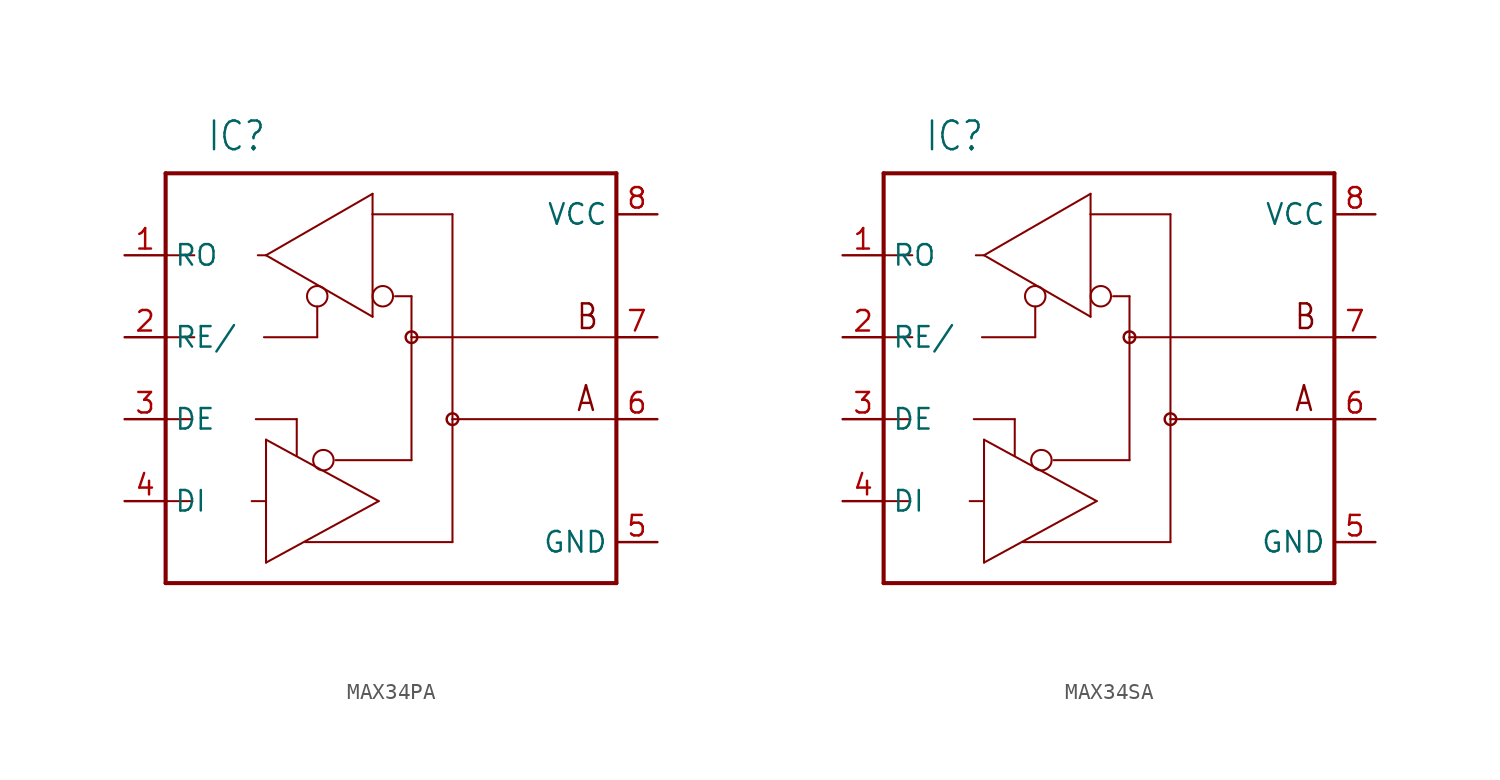
<source format=kicad_sym>
(kicad_symbol_lib
  (version 20220914)
  (generator kicad_symbol_editor)
  (symbol "MAX34PA"
    (property "Reference" "IC"
      (at -7.62 16.51 0)
      (effects (font (size 1.778 1.511)) (justify left bottom)))
    (property "Value" ""
      (at -7.62 -12.7 0)
      (effects (font (size 1.778 1.511)) (justify left bottom)))
    (property "ki_locked" ""
      (at 0 0 0)
      (effects (font (size 1.27 1.27))))
    (symbol "MAX34PA_1_0"
      (circle (center -0.762 7.62) (radius 0.635) (stroke (width 0.127) (type solid)) (fill (type none)))
      (circle (center -0.381 -2.54) (radius 0.635) (stroke (width 0.127) (type solid)) (fill (type none)))
      (polyline (pts (xy -10.16 -5.08) (xy -10.16 -10.16)) (stroke (width 0.254) (type solid)) (fill (type none)))
      (polyline (pts (xy -10.16 -5.08) (xy -8.509 -5.08)) (stroke (width 0.127) (type solid)) (fill (type none)))
      (polyline (pts (xy -10.16 0) (xy -10.16 -5.08)) (stroke (width 0.254) (type solid)) (fill (type none)))
      (polyline (pts (xy -10.16 0) (xy -8.509 0)) (stroke (width 0.127) (type solid)) (fill (type none)))
      (polyline (pts (xy -10.16 5.08) (xy -10.16 0)) (stroke (width 0.254) (type solid)) (fill (type none)))
      (polyline (pts (xy -10.16 5.08) (xy -10.16 10.16)) (stroke (width 0.254) (type solid)) (fill (type none)))
      (polyline (pts (xy -10.16 5.08) (xy -8.382 5.08)) (stroke (width 0.127) (type solid)) (fill (type none)))
      (polyline (pts (xy -10.16 10.16) (xy -10.16 15.24)) (stroke (width 0.254) (type solid)) (fill (type none)))
      (polyline (pts (xy -10.16 10.16) (xy -8.382 10.16)) (stroke (width 0.127) (type solid)) (fill (type none)))
      (polyline (pts (xy -10.16 15.24) (xy 17.78 15.24)) (stroke (width 0.254) (type solid)) (fill (type none)))
      (polyline (pts (xy -4.826 -5.08) (xy -3.937 -5.08)) (stroke (width 0.127) (type solid)) (fill (type none)))
      (polyline (pts (xy -4.572 0) (xy -2.032 0)) (stroke (width 0.127) (type solid)) (fill (type none)))
      (polyline (pts (xy -4.445 10.16) (xy -3.937 10.16)) (stroke (width 0.127) (type solid)) (fill (type none)))
      (polyline (pts (xy -4.064 5.08) (xy -0.762 5.08)) (stroke (width 0.127) (type solid)) (fill (type none)))
      (polyline (pts (xy -3.937 -8.89) (xy -3.937 -5.08)) (stroke (width 0.127) (type solid)) (fill (type none)))
      (polyline (pts (xy -3.937 -5.08) (xy -3.937 -1.27)) (stroke (width 0.127) (type solid)) (fill (type none)))
      (polyline (pts (xy -3.937 -1.27) (xy 3.048 -5.08)) (stroke (width 0.127) (type solid)) (fill (type none)))
      (polyline (pts (xy -3.937 10.16) (xy 2.667 13.97)) (stroke (width 0.127) (type solid)) (fill (type none)))
      (polyline (pts (xy -2.032 0) (xy -2.032 -2.286)) (stroke (width 0.127) (type solid)) (fill (type none)))
      (polyline (pts (xy -1.524 -7.62) (xy 7.62 -7.62)) (stroke (width 0.127) (type solid)) (fill (type none)))
      (polyline (pts (xy -0.762 5.08) (xy -0.762 6.985)) (stroke (width 0.127) (type solid)) (fill (type none)))
      (polyline (pts (xy 0.381 -2.54) (xy 5.08 -2.54)) (stroke (width 0.127) (type solid)) (fill (type none)))
      (polyline (pts (xy 2.667 6.35) (xy -3.937 10.16)) (stroke (width 0.127) (type solid)) (fill (type none)))
      (polyline (pts (xy 2.667 12.7) (xy 2.667 6.35)) (stroke (width 0.127) (type solid)) (fill (type none)))
      (polyline (pts (xy 2.667 12.7) (xy 7.62 12.7)) (stroke (width 0.127) (type solid)) (fill (type none)))
      (polyline (pts (xy 2.667 13.97) (xy 2.667 12.7)) (stroke (width 0.127) (type solid)) (fill (type none)))
      (polyline (pts (xy 3.048 -5.08) (xy -3.937 -8.89)) (stroke (width 0.127) (type solid)) (fill (type none)))
      (polyline (pts (xy 5.08 5.08) (xy 5.08 -2.54)) (stroke (width 0.127) (type solid)) (fill (type none)))
      (polyline (pts (xy 5.08 7.62) (xy 4.064 7.62)) (stroke (width 0.127) (type solid)) (fill (type none)))
      (polyline (pts (xy 5.08 7.62) (xy 5.08 5.08)) (stroke (width 0.127) (type solid)) (fill (type none)))
      (polyline (pts (xy 7.62 -7.62) (xy 7.62 0)) (stroke (width 0.127) (type solid)) (fill (type none)))
      (polyline (pts (xy 7.62 0) (xy 17.653 0)) (stroke (width 0.127) (type solid)) (fill (type none)))
      (polyline (pts (xy 7.62 12.7) (xy 7.62 0)) (stroke (width 0.127) (type solid)) (fill (type none)))
      (polyline (pts (xy 17.653 5.08) (xy 5.08 5.08)) (stroke (width 0.127) (type solid)) (fill (type none)))
      (polyline (pts (xy 17.78 -10.16) (xy -10.16 -10.16)) (stroke (width 0.254) (type solid)) (fill (type none)))
      (polyline (pts (xy 17.78 15.24) (xy 17.78 -10.16)) (stroke (width 0.254) (type solid)) (fill (type none)))
      (circle (center 3.302 7.62) (radius 0.635) (stroke (width 0.127) (type solid)) (fill (type none)))
      (circle (center 5.08 5.08) (radius 0.359) (stroke (width 0) (type solid)) (fill (type none)))
      (circle (center 7.62 0) (radius 0.359) (stroke (width 0) (type solid)) (fill (type none)))
      (text "A" (at 15.24 0.381 0) (effects (font (size 1.524 1.295)) (justify left bottom)))
      (text "B" (at 15.24 5.461 0) (effects (font (size 1.524 1.295)) (justify left bottom)))
      (pin output line (at -12.7 10.16 0) (length 2.54) (name "RO" (effects (font (size 1.27 1.27)))) (number "1" (effects (font (size 1.27 1.27)))))
      (pin input line (at -12.7 5.08 0) (length 2.54) (name "RE/" (effects (font (size 1.27 1.27)))) (number "2" (effects (font (size 1.27 1.27)))))
      (pin input line (at -12.7 0 0) (length 2.54) (name "DE" (effects (font (size 1.27 1.27)))) (number "3" (effects (font (size 1.27 1.27)))))
      (pin input line (at -12.7 -5.08 0) (length 2.54) (name "DI" (effects (font (size 1.27 1.27)))) (number "4" (effects (font (size 1.27 1.27)))))
      (pin power_in line (at 20.32 -7.62 180) (length 2.54) (name "GND" (effects (font (size 1.27 1.27)))) (number "5" (effects (font (size 1.27 1.27)))))
      (pin passive line (at 20.32 0 180) (length 2.54) (name "A" (effects (font (size 0 0)))) (number "6" (effects (font (size 1.27 1.27)))))
      (pin passive line (at 20.32 5.08 180) (length 2.54) (name "B" (effects (font (size 0 0)))) (number "7" (effects (font (size 1.27 1.27)))))
      (pin power_in line (at 20.32 12.7 180) (length 2.54) (name "VCC" (effects (font (size 1.27 1.27)))) (number "8" (effects (font (size 1.27 1.27)))))))
  (symbol "MAX34SA"
    (property "Reference" "IC"
      (at -7.62 16.51 0)
      (effects (font (size 1.778 1.511)) (justify left bottom)))
    (property "Value" ""
      (at -7.62 -12.7 0)
      (effects (font (size 1.778 1.511)) (justify left bottom)))
    (property "ki_locked" ""
      (at 0 0 0)
      (effects (font (size 1.27 1.27))))
    (symbol "MAX34SA_1_0"
      (circle (center -0.762 7.62) (radius 0.635) (stroke (width 0.127) (type solid)) (fill (type none)))
      (circle (center -0.381 -2.54) (radius 0.635) (stroke (width 0.127) (type solid)) (fill (type none)))
      (polyline (pts (xy -10.16 -5.08) (xy -10.16 -10.16)) (stroke (width 0.254) (type solid)) (fill (type none)))
      (polyline (pts (xy -10.16 -5.08) (xy -8.509 -5.08)) (stroke (width 0.127) (type solid)) (fill (type none)))
      (polyline (pts (xy -10.16 0) (xy -10.16 -5.08)) (stroke (width 0.254) (type solid)) (fill (type none)))
      (polyline (pts (xy -10.16 0) (xy -8.509 0)) (stroke (width 0.127) (type solid)) (fill (type none)))
      (polyline (pts (xy -10.16 5.08) (xy -10.16 0)) (stroke (width 0.254) (type solid)) (fill (type none)))
      (polyline (pts (xy -10.16 5.08) (xy -10.16 10.16)) (stroke (width 0.254) (type solid)) (fill (type none)))
      (polyline (pts (xy -10.16 5.08) (xy -8.382 5.08)) (stroke (width 0.127) (type solid)) (fill (type none)))
      (polyline (pts (xy -10.16 10.16) (xy -10.16 15.24)) (stroke (width 0.254) (type solid)) (fill (type none)))
      (polyline (pts (xy -10.16 10.16) (xy -8.382 10.16)) (stroke (width 0.127) (type solid)) (fill (type none)))
      (polyline (pts (xy -10.16 15.24) (xy 17.78 15.24)) (stroke (width 0.254) (type solid)) (fill (type none)))
      (polyline (pts (xy -4.826 -5.08) (xy -3.937 -5.08)) (stroke (width 0.127) (type solid)) (fill (type none)))
      (polyline (pts (xy -4.572 0) (xy -2.032 0)) (stroke (width 0.127) (type solid)) (fill (type none)))
      (polyline (pts (xy -4.445 10.16) (xy -3.937 10.16)) (stroke (width 0.127) (type solid)) (fill (type none)))
      (polyline (pts (xy -4.064 5.08) (xy -0.762 5.08)) (stroke (width 0.127) (type solid)) (fill (type none)))
      (polyline (pts (xy -3.937 -8.89) (xy -3.937 -5.08)) (stroke (width 0.127) (type solid)) (fill (type none)))
      (polyline (pts (xy -3.937 -5.08) (xy -3.937 -1.27)) (stroke (width 0.127) (type solid)) (fill (type none)))
      (polyline (pts (xy -3.937 -1.27) (xy 3.048 -5.08)) (stroke (width 0.127) (type solid)) (fill (type none)))
      (polyline (pts (xy -3.937 10.16) (xy 2.667 13.97)) (stroke (width 0.127) (type solid)) (fill (type none)))
      (polyline (pts (xy -2.032 0) (xy -2.032 -2.286)) (stroke (width 0.127) (type solid)) (fill (type none)))
      (polyline (pts (xy -1.524 -7.62) (xy 7.62 -7.62)) (stroke (width 0.127) (type solid)) (fill (type none)))
      (polyline (pts (xy -0.762 5.08) (xy -0.762 6.985)) (stroke (width 0.127) (type solid)) (fill (type none)))
      (polyline (pts (xy 0.381 -2.54) (xy 5.08 -2.54)) (stroke (width 0.127) (type solid)) (fill (type none)))
      (polyline (pts (xy 2.667 6.35) (xy -3.937 10.16)) (stroke (width 0.127) (type solid)) (fill (type none)))
      (polyline (pts (xy 2.667 12.7) (xy 2.667 6.35)) (stroke (width 0.127) (type solid)) (fill (type none)))
      (polyline (pts (xy 2.667 12.7) (xy 7.62 12.7)) (stroke (width 0.127) (type solid)) (fill (type none)))
      (polyline (pts (xy 2.667 13.97) (xy 2.667 12.7)) (stroke (width 0.127) (type solid)) (fill (type none)))
      (polyline (pts (xy 3.048 -5.08) (xy -3.937 -8.89)) (stroke (width 0.127) (type solid)) (fill (type none)))
      (polyline (pts (xy 5.08 5.08) (xy 5.08 -2.54)) (stroke (width 0.127) (type solid)) (fill (type none)))
      (polyline (pts (xy 5.08 7.62) (xy 4.064 7.62)) (stroke (width 0.127) (type solid)) (fill (type none)))
      (polyline (pts (xy 5.08 7.62) (xy 5.08 5.08)) (stroke (width 0.127) (type solid)) (fill (type none)))
      (polyline (pts (xy 7.62 -7.62) (xy 7.62 0)) (stroke (width 0.127) (type solid)) (fill (type none)))
      (polyline (pts (xy 7.62 0) (xy 17.653 0)) (stroke (width 0.127) (type solid)) (fill (type none)))
      (polyline (pts (xy 7.62 12.7) (xy 7.62 0)) (stroke (width 0.127) (type solid)) (fill (type none)))
      (polyline (pts (xy 17.653 5.08) (xy 5.08 5.08)) (stroke (width 0.127) (type solid)) (fill (type none)))
      (polyline (pts (xy 17.78 -10.16) (xy -10.16 -10.16)) (stroke (width 0.254) (type solid)) (fill (type none)))
      (polyline (pts (xy 17.78 15.24) (xy 17.78 -10.16)) (stroke (width 0.254) (type solid)) (fill (type none)))
      (circle (center 3.302 7.62) (radius 0.635) (stroke (width 0.127) (type solid)) (fill (type none)))
      (circle (center 5.08 5.08) (radius 0.359) (stroke (width 0) (type solid)) (fill (type none)))
      (circle (center 7.62 0) (radius 0.359) (stroke (width 0) (type solid)) (fill (type none)))
      (text "A" (at 15.24 0.381 0) (effects (font (size 1.524 1.295)) (justify left bottom)))
      (text "B" (at 15.24 5.461 0) (effects (font (size 1.524 1.295)) (justify left bottom)))
      (pin output line (at -12.7 10.16 0) (length 2.54) (name "RO" (effects (font (size 1.27 1.27)))) (number "1" (effects (font (size 1.27 1.27)))))
      (pin input line (at -12.7 5.08 0) (length 2.54) (name "RE/" (effects (font (size 1.27 1.27)))) (number "2" (effects (font (size 1.27 1.27)))))
      (pin input line (at -12.7 0 0) (length 2.54) (name "DE" (effects (font (size 1.27 1.27)))) (number "3" (effects (font (size 1.27 1.27)))))
      (pin input line (at -12.7 -5.08 0) (length 2.54) (name "DI" (effects (font (size 1.27 1.27)))) (number "4" (effects (font (size 1.27 1.27)))))
      (pin power_in line (at 20.32 -7.62 180) (length 2.54) (name "GND" (effects (font (size 1.27 1.27)))) (number "5" (effects (font (size 1.27 1.27)))))
      (pin passive line (at 20.32 0 180) (length 2.54) (name "A" (effects (font (size 0 0)))) (number "6" (effects (font (size 1.27 1.27)))))
      (pin passive line (at 20.32 5.08 180) (length 2.54) (name "B" (effects (font (size 0 0)))) (number "7" (effects (font (size 1.27 1.27)))))
      (pin power_in line (at 20.32 12.7 180) (length 2.54) (name "VCC" (effects (font (size 1.27 1.27)))) (number "8" (effects (font (size 1.27 1.27))))))))
</source>
